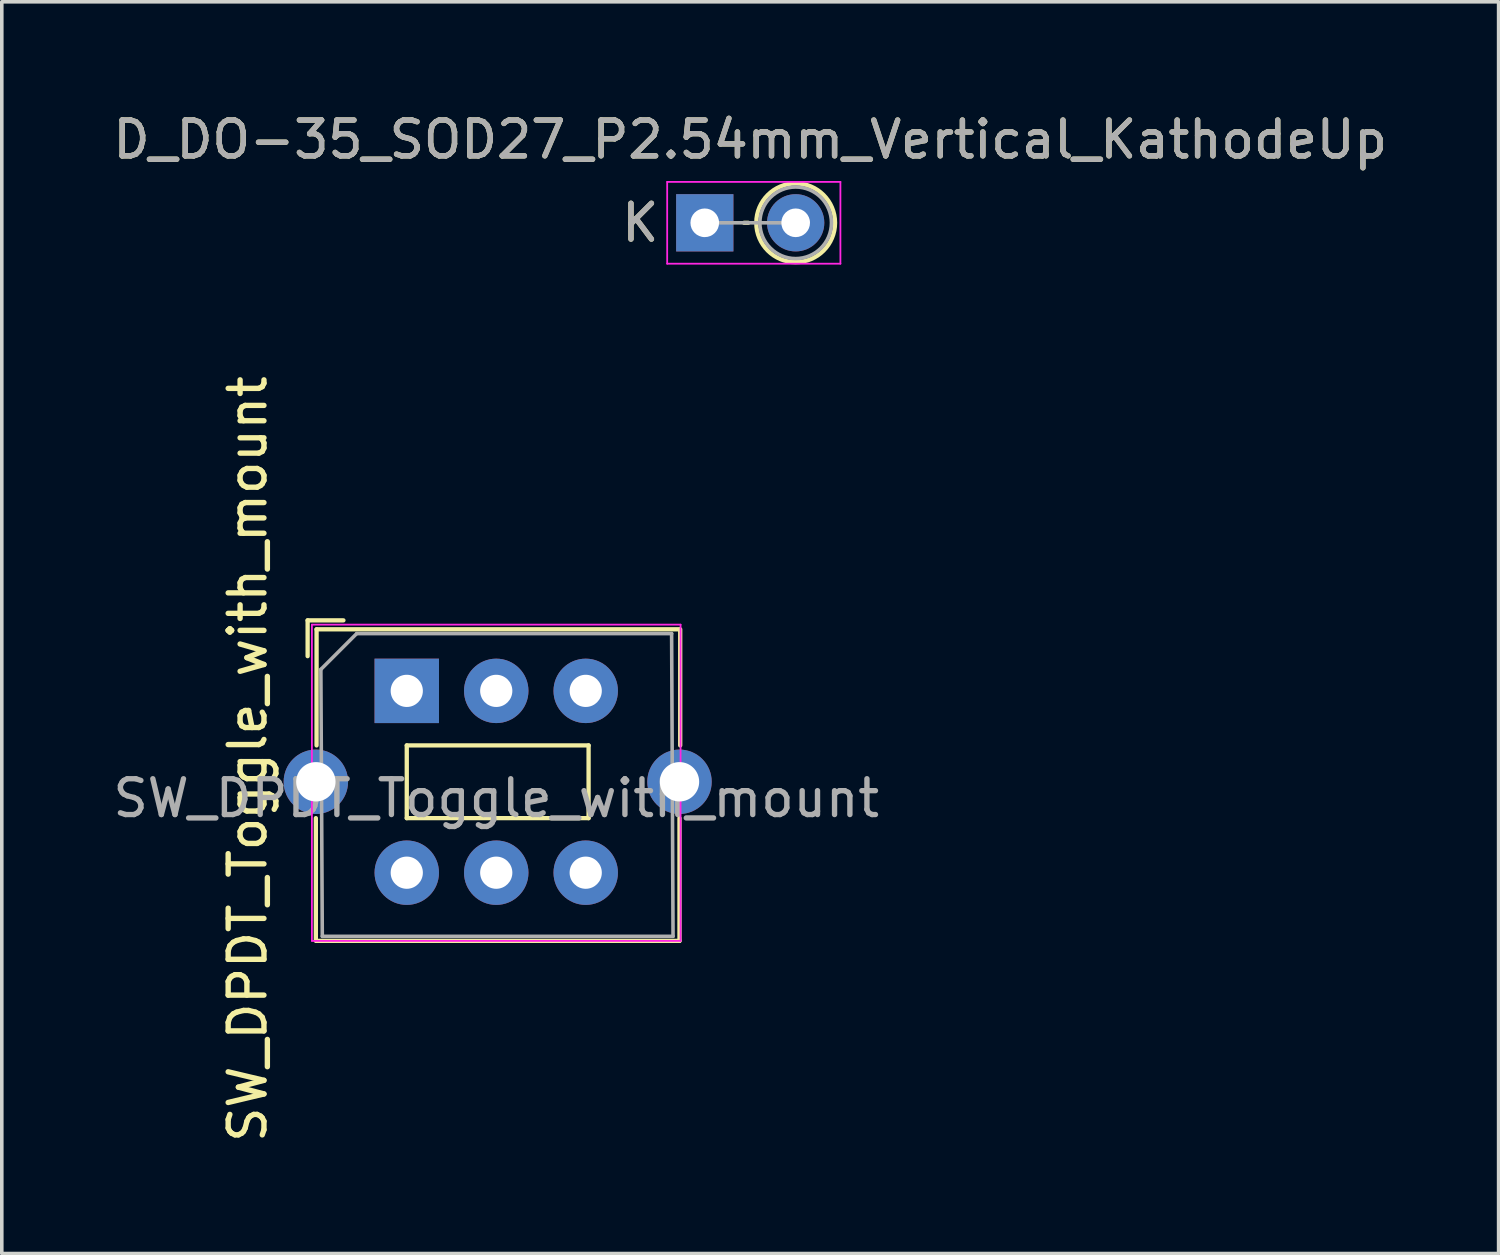
<source format=kicad_pcb>
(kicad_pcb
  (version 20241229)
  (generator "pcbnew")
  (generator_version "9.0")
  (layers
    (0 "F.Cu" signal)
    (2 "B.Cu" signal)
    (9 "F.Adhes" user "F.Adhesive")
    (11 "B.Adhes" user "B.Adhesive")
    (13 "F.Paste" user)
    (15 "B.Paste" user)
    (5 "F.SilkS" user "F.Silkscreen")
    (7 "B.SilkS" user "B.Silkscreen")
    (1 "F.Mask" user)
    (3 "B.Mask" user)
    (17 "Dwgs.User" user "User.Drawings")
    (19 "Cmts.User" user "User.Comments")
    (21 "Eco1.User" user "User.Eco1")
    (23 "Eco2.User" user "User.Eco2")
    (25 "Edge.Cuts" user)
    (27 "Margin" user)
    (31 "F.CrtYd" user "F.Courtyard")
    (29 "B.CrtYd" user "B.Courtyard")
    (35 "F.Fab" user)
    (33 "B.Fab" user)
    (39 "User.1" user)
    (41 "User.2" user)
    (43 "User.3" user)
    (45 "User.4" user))
  (footprint "D_DO-35_SOD27_P2.54mm_Vertical_KathodeUp"
    (layer "F.Cu")
    (at 16.641 3.175)
    (property "Reference" "D_DO-35_SOD27_P2.54mm_Vertical_KathodeUp" (at 1.27 -2.326 0) (layer "F.SilkS") (effects (font (size 1 1) (thickness 0.15))))
    (attr through_hole)
    (fp_line (start 1.214 0) (end 1.1 0) (stroke (width 0.12) (type solid)) (layer "F.SilkS"))
    (fp_circle (center 2.54 0) (end 3.64 0) (stroke (width 0.12) (type solid)) (fill no) (layer "F.SilkS"))
    (fp_line (start -1.05 -1.143) (end -1.05 1.143) (stroke (width 0.05) (type solid)) (layer "F.CrtYd"))
    (fp_line (start -1.05 1.143) (end 3.79 1.143) (stroke (width 0.05) (type solid)) (layer "F.CrtYd"))
    (fp_line (start 3.79 -1.143) (end -1.05 -1.143) (stroke (width 0.05) (type solid)) (layer "F.CrtYd"))
    (fp_line (start 3.79 1.143) (end 3.79 -1.143) (stroke (width 0.05) (type solid)) (layer "F.CrtYd"))
    (fp_line (start 0 0) (end 2.54 0) (stroke (width 0.1) (type solid)) (layer "F.Fab"))
    (fp_circle (center 2.54 0) (end 3.54 0) (stroke (width 0.1) (type solid)) (fill no) (layer "F.Fab"))
    (fp_text user "K" (at -1.8 0 0) (layer "F.SilkS") (effects (font (size 1 1) (thickness 0.15))))
    (fp_text user "${REFERENCE}" (at 1.27 -2.326 0) (layer "F.Fab") (effects (font (size 1 1) (thickness 0.15))))
    (fp_text user "K" (at -1.8 0 0) (layer "F.Fab") (effects (font (size 1 1) (thickness 0.15))))
    (pad "1" thru_hole rect (at 0 0) (size 1.6 1.6) (drill 0.8) (layers "*.Cu" "*.Mask"))
    (pad "2" thru_hole oval (at 2.54 0) (size 1.6 1.6) (drill 0.8) (layers "*.Cu" "*.Mask")))
  (footprint "SW_DPDT_Toggle_with_mount"
    (layer "F.Cu")
    (at 8.315 16.253)
    (property "Reference" "SW_DPDT_Toggle_with_mount" (at -4.445 1.905 270) (layer "F.SilkS") (effects (font (size 1 1) (thickness 0.15))))
    (attr through_hole)
    (fp_line (start -2.77 -0.97) (end -2.77 -1.97) (stroke (width 0.12) (type solid)) (layer "F.SilkS"))
    (fp_line (start -2.54 6.985) (end -2.54 3.556) (stroke (width 0.12) (type solid)) (layer "F.SilkS"))
    (fp_line (start -2.52 1.524) (end -2.52 -1.72) (stroke (width 0.12) (type solid)) (layer "F.SilkS"))
    (fp_line (start -1.77 -1.97) (end -2.77 -1.97) (stroke (width 0.12) (type solid)) (layer "F.SilkS"))
    (fp_line (start 0 1.524) (end 0 3.556) (stroke (width 0.12) (type solid)) (layer "F.SilkS"))
    (fp_line (start 5.08 1.524) (end 0 1.524) (stroke (width 0.12) (type solid)) (layer "F.SilkS"))
    (fp_line (start 5.08 1.524) (end 5.08 3.556) (stroke (width 0.12) (type solid)) (layer "F.SilkS"))
    (fp_line (start 5.08 3.556) (end 0 3.556) (stroke (width 0.12) (type solid)) (layer "F.SilkS"))
    (fp_line (start 7.62 -1.72) (end -2.52 -1.72) (stroke (width 0.12) (type solid)) (layer "F.SilkS"))
    (fp_line (start 7.62 6.985) (end -2.52 6.985) (stroke (width 0.12) (type solid)) (layer "F.SilkS"))
    (fp_line (start 7.62 6.985) (end 7.62 3.556) (stroke (width 0.12) (type solid)) (layer "F.SilkS"))
    (fp_line (start 7.64 1.524) (end 7.64 -1.72) (stroke (width 0.12) (type solid)) (layer "F.SilkS"))
    (fp_line (start -2.65 -1.85) (end 7.65 -1.85) (stroke (width 0.05) (type solid)) (layer "F.CrtYd"))
    (fp_line (start -2.65 6.985) (end -2.65 -1.85) (stroke (width 0.05) (type solid)) (layer "F.CrtYd"))
    (fp_line (start -2.65 6.985) (end 7.65 6.985) (stroke (width 0.05) (type solid)) (layer "F.CrtYd"))
    (fp_line (start 7.65 -1.85) (end 7.65 6.985) (stroke (width 0.05) (type solid)) (layer "F.CrtYd"))
    (fp_line (start -2.4 -0.6) (end -1.4 -1.6) (stroke (width 0.1) (type solid)) (layer "F.Fab"))
    (fp_line (start -2.36 6.858) (end -2.4 -0.6) (stroke (width 0.1) (type solid)) (layer "F.Fab"))
    (fp_line (start -1.4 -1.6) (end 7.4 -1.6) (stroke (width 0.1) (type solid)) (layer "F.Fab"))
    (fp_line (start 7.4 -1.6) (end 7.44 6.858) (stroke (width 0.1) (type solid)) (layer "F.Fab"))
    (fp_line (start 7.44 6.858) (end -2.36 6.858) (stroke (width 0.1) (type solid)) (layer "F.Fab"))
    (fp_text user "${REFERENCE}" (at 2.5 3 0) (layer "F.Fab") (effects (font (size 1 1) (thickness 0.15))))
    (pad "" thru_hole circle (at -2.54 2.54) (size 1.8 1.8) (drill 1.1) (layers "*.Cu" "*.Mask"))
    (pad "" thru_hole circle (at 7.62 2.54) (size 1.8 1.8) (drill 1.1) (layers "*.Cu" "*.Mask"))
    (pad "1" thru_hole rect (at 0 0) (size 1.8 1.8) (drill 0.9) (layers "*.Cu" "*.Mask"))
    (pad "2" thru_hole circle (at 2.5 0) (size 1.8 1.8) (drill 0.9) (layers "*.Cu" "*.Mask"))
    (pad "3" thru_hole circle (at 5 0) (size 1.8 1.8) (drill 0.9) (layers "*.Cu" "*.Mask"))
    (pad "4" thru_hole circle (at 0 5.08) (size 1.8 1.8) (drill 0.9) (layers "*.Cu" "*.Mask"))
    (pad "5" thru_hole circle (at 2.5 5.08) (size 1.8 1.8) (drill 0.9) (layers "*.Cu" "*.Mask"))
    (pad "6" thru_hole circle (at 5 5.08) (size 1.8 1.8) (drill 0.9) (layers "*.Cu" "*.Mask")))
  (gr_rect
    (start -3 -3)
    (end 38.821 31.974)
    (stroke (width 0.1) (type default))
    (fill no)
    (layer "Edge.Cuts")))
</source>
